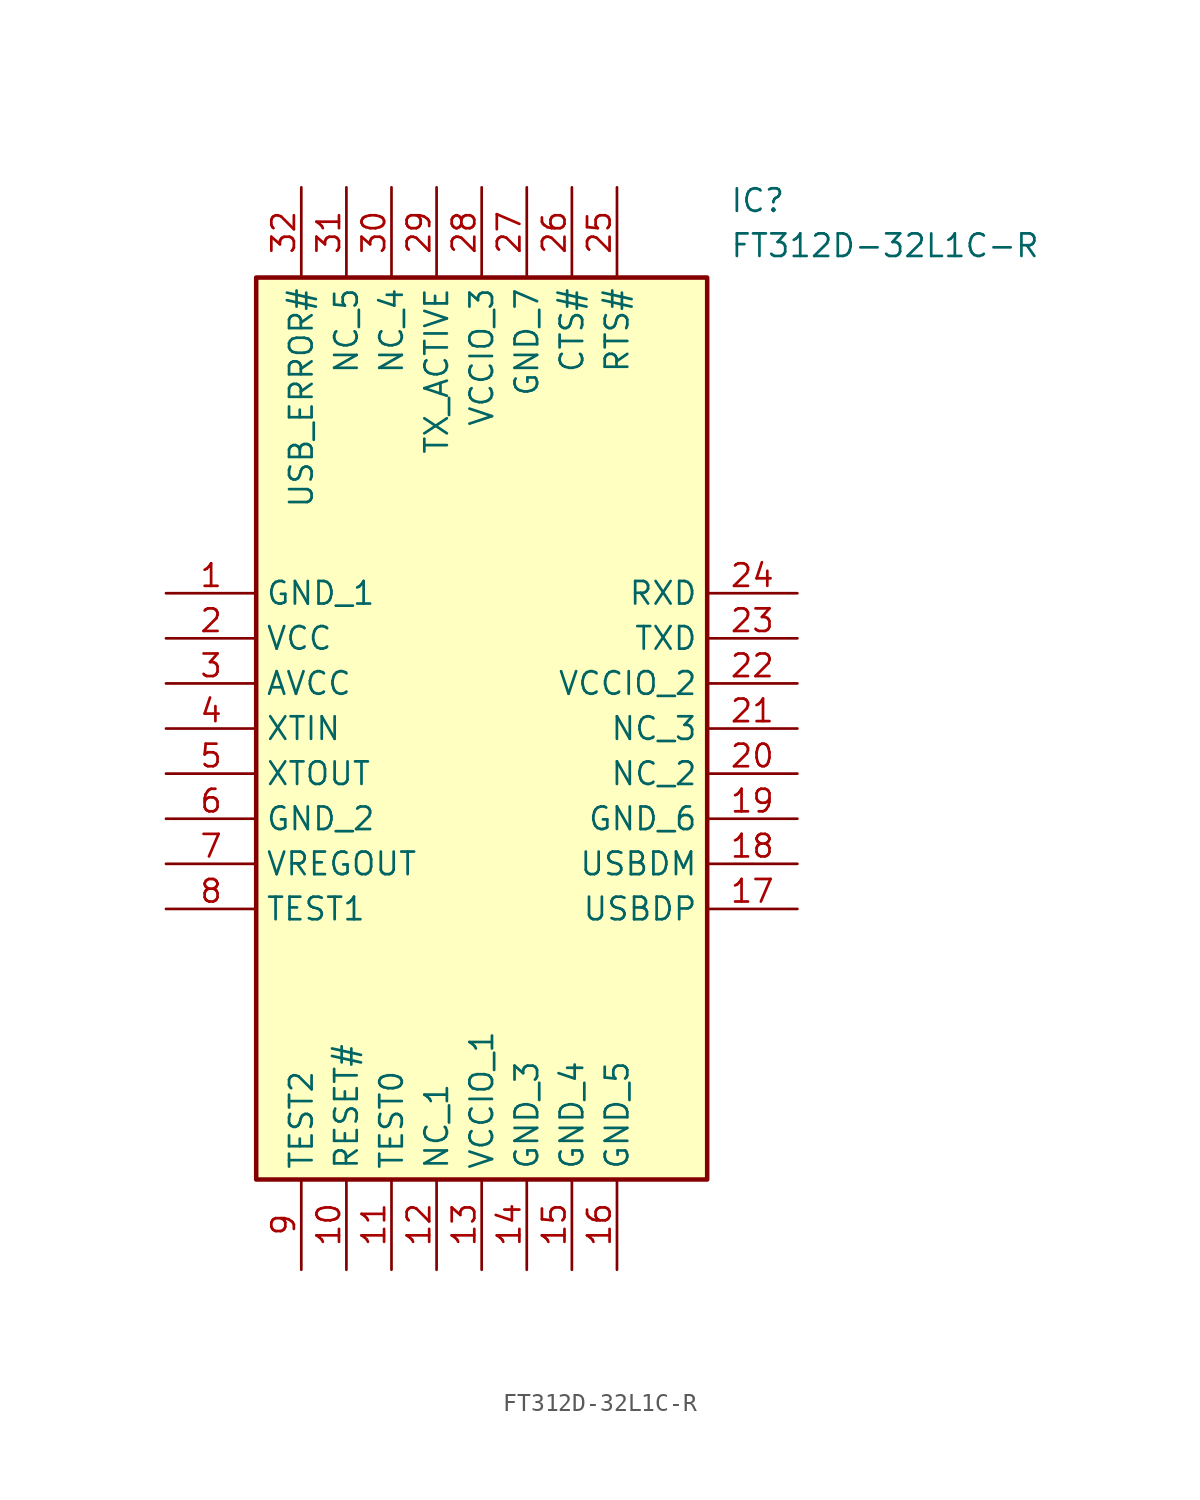
<source format=kicad_sym>
(kicad_symbol_lib
  (version 20211014)
  (generator SamacSys_ECAD_Model)
  (symbol "FT312D-32L1C-R"
    (property "Reference" "IC"
      (at 31.75 22.86 0)
      (effects (font (size 1.27 1.27)) (justify left top)))
    (property "Value" "FT312D-32L1C-R"
      (at 31.75 20.32 0)
      (effects (font (size 1.27 1.27)) (justify left top)))
    (rectangle
      (start 5.08 17.78)
      (end 30.48 -33.02)
      (stroke (width 0.254) (type default))
      (fill (type background)))
    (pin passive line
      (at 0 0 0)
      (length 5.08)
      (name "GND_1" (effects (font (size 1.27 1.27))))
      (number "1" (effects (font (size 1.27 1.27)))))
    (pin passive line
      (at 0 -2.54 0)
      (length 5.08)
      (name "VCC" (effects (font (size 1.27 1.27))))
      (number "2" (effects (font (size 1.27 1.27)))))
    (pin passive line
      (at 0 -5.08 0)
      (length 5.08)
      (name "AVCC" (effects (font (size 1.27 1.27))))
      (number "3" (effects (font (size 1.27 1.27)))))
    (pin passive line
      (at 0 -7.62 0)
      (length 5.08)
      (name "XTIN" (effects (font (size 1.27 1.27))))
      (number "4" (effects (font (size 1.27 1.27)))))
    (pin passive line
      (at 0 -10.16 0)
      (length 5.08)
      (name "XTOUT" (effects (font (size 1.27 1.27))))
      (number "5" (effects (font (size 1.27 1.27)))))
    (pin passive line
      (at 0 -12.7 0)
      (length 5.08)
      (name "GND_2" (effects (font (size 1.27 1.27))))
      (number "6" (effects (font (size 1.27 1.27)))))
    (pin passive line
      (at 0 -15.24 0)
      (length 5.08)
      (name "VREGOUT" (effects (font (size 1.27 1.27))))
      (number "7" (effects (font (size 1.27 1.27)))))
    (pin passive line
      (at 0 -17.78 0)
      (length 5.08)
      (name "TEST1" (effects (font (size 1.27 1.27))))
      (number "8" (effects (font (size 1.27 1.27)))))
    (pin passive line
      (at 7.62 -38.1 90)
      (length 5.08)
      (name "TEST2" (effects (font (size 1.27 1.27))))
      (number "9" (effects (font (size 1.27 1.27)))))
    (pin passive line
      (at 10.16 -38.1 90)
      (length 5.08)
      (name "RESET#" (effects (font (size 1.27 1.27))))
      (number "10" (effects (font (size 1.27 1.27)))))
    (pin passive line
      (at 12.7 -38.1 90)
      (length 5.08)
      (name "TEST0" (effects (font (size 1.27 1.27))))
      (number "11" (effects (font (size 1.27 1.27)))))
    (pin passive line
      (at 15.24 -38.1 90)
      (length 5.08)
      (name "NC_1" (effects (font (size 1.27 1.27))))
      (number "12" (effects (font (size 1.27 1.27)))))
    (pin passive line
      (at 17.78 -38.1 90)
      (length 5.08)
      (name "VCCIO_1" (effects (font (size 1.27 1.27))))
      (number "13" (effects (font (size 1.27 1.27)))))
    (pin passive line
      (at 20.32 -38.1 90)
      (length 5.08)
      (name "GND_3" (effects (font (size 1.27 1.27))))
      (number "14" (effects (font (size 1.27 1.27)))))
    (pin passive line
      (at 22.86 -38.1 90)
      (length 5.08)
      (name "GND_4" (effects (font (size 1.27 1.27))))
      (number "15" (effects (font (size 1.27 1.27)))))
    (pin passive line
      (at 25.4 -38.1 90)
      (length 5.08)
      (name "GND_5" (effects (font (size 1.27 1.27))))
      (number "16" (effects (font (size 1.27 1.27)))))
    (pin passive line
      (at 35.56 0 180)
      (length 5.08)
      (name "RXD" (effects (font (size 1.27 1.27))))
      (number "24" (effects (font (size 1.27 1.27)))))
    (pin passive line
      (at 35.56 -2.54 180)
      (length 5.08)
      (name "TXD" (effects (font (size 1.27 1.27))))
      (number "23" (effects (font (size 1.27 1.27)))))
    (pin passive line
      (at 35.56 -5.08 180)
      (length 5.08)
      (name "VCCIO_2" (effects (font (size 1.27 1.27))))
      (number "22" (effects (font (size 1.27 1.27)))))
    (pin passive line
      (at 35.56 -7.62 180)
      (length 5.08)
      (name "NC_3" (effects (font (size 1.27 1.27))))
      (number "21" (effects (font (size 1.27 1.27)))))
    (pin passive line
      (at 35.56 -10.16 180)
      (length 5.08)
      (name "NC_2" (effects (font (size 1.27 1.27))))
      (number "20" (effects (font (size 1.27 1.27)))))
    (pin passive line
      (at 35.56 -12.7 180)
      (length 5.08)
      (name "GND_6" (effects (font (size 1.27 1.27))))
      (number "19" (effects (font (size 1.27 1.27)))))
    (pin passive line
      (at 35.56 -15.24 180)
      (length 5.08)
      (name "USBDM" (effects (font (size 1.27 1.27))))
      (number "18" (effects (font (size 1.27 1.27)))))
    (pin passive line
      (at 35.56 -17.78 180)
      (length 5.08)
      (name "USBDP" (effects (font (size 1.27 1.27))))
      (number "17" (effects (font (size 1.27 1.27)))))
    (pin passive line
      (at 7.62 22.86 270)
      (length 5.08)
      (name "USB_ERROR#" (effects (font (size 1.27 1.27))))
      (number "32" (effects (font (size 1.27 1.27)))))
    (pin passive line
      (at 10.16 22.86 270)
      (length 5.08)
      (name "NC_5" (effects (font (size 1.27 1.27))))
      (number "31" (effects (font (size 1.27 1.27)))))
    (pin passive line
      (at 12.7 22.86 270)
      (length 5.08)
      (name "NC_4" (effects (font (size 1.27 1.27))))
      (number "30" (effects (font (size 1.27 1.27)))))
    (pin passive line
      (at 15.24 22.86 270)
      (length 5.08)
      (name "TX_ACTIVE" (effects (font (size 1.27 1.27))))
      (number "29" (effects (font (size 1.27 1.27)))))
    (pin passive line
      (at 17.78 22.86 270)
      (length 5.08)
      (name "VCCIO_3" (effects (font (size 1.27 1.27))))
      (number "28" (effects (font (size 1.27 1.27)))))
    (pin passive line
      (at 20.32 22.86 270)
      (length 5.08)
      (name "GND_7" (effects (font (size 1.27 1.27))))
      (number "27" (effects (font (size 1.27 1.27)))))
    (pin passive line
      (at 22.86 22.86 270)
      (length 5.08)
      (name "CTS#" (effects (font (size 1.27 1.27))))
      (number "26" (effects (font (size 1.27 1.27)))))
    (pin passive line
      (at 25.4 22.86 270)
      (length 5.08)
      (name "RTS#" (effects (font (size 1.27 1.27))))
      (number "25" (effects (font (size 1.27 1.27)))))))
</source>
